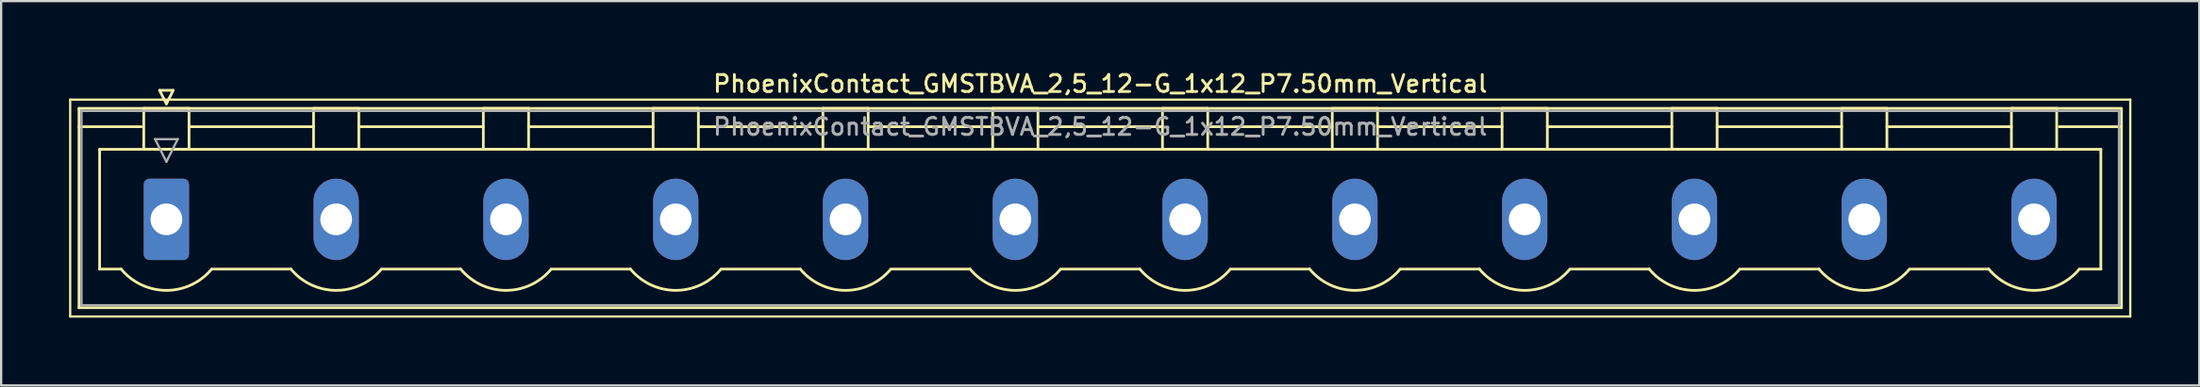
<source format=kicad_pcb>
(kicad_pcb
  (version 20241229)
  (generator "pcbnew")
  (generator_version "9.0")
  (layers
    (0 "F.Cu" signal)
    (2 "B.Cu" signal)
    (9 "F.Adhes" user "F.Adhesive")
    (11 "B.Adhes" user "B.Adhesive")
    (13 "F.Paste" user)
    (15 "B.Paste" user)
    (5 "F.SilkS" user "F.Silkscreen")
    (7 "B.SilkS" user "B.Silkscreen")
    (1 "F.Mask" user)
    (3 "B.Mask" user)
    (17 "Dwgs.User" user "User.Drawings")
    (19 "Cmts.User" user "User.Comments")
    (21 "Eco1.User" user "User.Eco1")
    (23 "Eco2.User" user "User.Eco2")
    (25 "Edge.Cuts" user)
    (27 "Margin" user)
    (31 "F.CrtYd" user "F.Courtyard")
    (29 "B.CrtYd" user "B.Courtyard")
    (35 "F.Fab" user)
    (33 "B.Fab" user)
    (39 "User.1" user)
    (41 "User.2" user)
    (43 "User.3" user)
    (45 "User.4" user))
  (footprint "PhoenixContact_GMSTBVA_2,5_12-G_1x12_P7.50mm_Vertical"
    (layer "F.Cu")
    (at 4.3 6.658)
    (property "Reference" "PhoenixContact_GMSTBVA_2,5_12-G_1x12_P7.50mm_Vertical" (at 41.25 -6 0) (layer "F.SilkS") (effects (font (size 0.75 0.75) (thickness 0.125))))
    (attr through_hole)
    (fp_line (start -4.25 -5.3) (end -4.25 4.3) (stroke (width 0.1) (type solid)) (layer "F.SilkS"))
    (fp_line (start -4.25 4.3) (end 86.75 4.3) (stroke (width 0.1) (type solid)) (layer "F.SilkS"))
    (fp_line (start -3.86 -4.91) (end -3.86 3.91) (stroke (width 0.12) (type solid)) (layer "F.SilkS"))
    (fp_line (start -3.86 -4.1) (end -1.11 -4.1) (stroke (width 0.12) (type solid)) (layer "F.SilkS"))
    (fp_line (start -3.86 3.91) (end 86.36 3.91) (stroke (width 0.12) (type solid)) (layer "F.SilkS"))
    (fp_line (start -2.95 -3.1) (end 85.45 -3.1) (stroke (width 0.12) (type solid)) (layer "F.SilkS"))
    (fp_line (start -2.95 2.2) (end -2.95 -3.1) (stroke (width 0.12) (type solid)) (layer "F.SilkS"))
    (fp_line (start -2 2.2) (end -2.95 2.2) (stroke (width 0.12) (type solid)) (layer "F.SilkS"))
    (fp_line (start -1 -4.91) (end 1 -4.91) (stroke (width 0.12) (type solid)) (layer "F.SilkS"))
    (fp_line (start -1 -3.1) (end -1 -4.91) (stroke (width 0.12) (type solid)) (layer "F.SilkS"))
    (fp_line (start -0.3 -5.71) (end 0.3 -5.71) (stroke (width 0.12) (type solid)) (layer "F.SilkS"))
    (fp_line (start 0 -5.11) (end -0.3 -5.71) (stroke (width 0.12) (type solid)) (layer "F.SilkS"))
    (fp_line (start 0.3 -5.71) (end 0 -5.11) (stroke (width 0.12) (type solid)) (layer "F.SilkS"))
    (fp_line (start 1 -4.91) (end 1 -3.1) (stroke (width 0.12) (type solid)) (layer "F.SilkS"))
    (fp_line (start 1 -4.1) (end 6.5 -4.1) (stroke (width 0.12) (type solid)) (layer "F.SilkS"))
    (fp_line (start 1 -3.1) (end -1 -3.1) (stroke (width 0.12) (type solid)) (layer "F.SilkS"))
    (fp_line (start 2 2.2) (end 5.5 2.2) (stroke (width 0.12) (type solid)) (layer "F.SilkS"))
    (fp_line (start 6.5 -4.91) (end 8.5 -4.91) (stroke (width 0.12) (type solid)) (layer "F.SilkS"))
    (fp_line (start 6.5 -3.1) (end 6.5 -4.91) (stroke (width 0.12) (type solid)) (layer "F.SilkS"))
    (fp_line (start 8.5 -4.91) (end 8.5 -3.1) (stroke (width 0.12) (type solid)) (layer "F.SilkS"))
    (fp_line (start 8.5 -4.1) (end 14 -4.1) (stroke (width 0.12) (type solid)) (layer "F.SilkS"))
    (fp_line (start 8.5 -3.1) (end 6.5 -3.1) (stroke (width 0.12) (type solid)) (layer "F.SilkS"))
    (fp_line (start 9.5 2.2) (end 13 2.2) (stroke (width 0.12) (type solid)) (layer "F.SilkS"))
    (fp_line (start 14 -4.91) (end 16 -4.91) (stroke (width 0.12) (type solid)) (layer "F.SilkS"))
    (fp_line (start 14 -3.1) (end 14 -4.91) (stroke (width 0.12) (type solid)) (layer "F.SilkS"))
    (fp_line (start 16 -4.91) (end 16 -3.1) (stroke (width 0.12) (type solid)) (layer "F.SilkS"))
    (fp_line (start 16 -4.1) (end 21.5 -4.1) (stroke (width 0.12) (type solid)) (layer "F.SilkS"))
    (fp_line (start 16 -3.1) (end 14 -3.1) (stroke (width 0.12) (type solid)) (layer "F.SilkS"))
    (fp_line (start 17 2.2) (end 20.5 2.2) (stroke (width 0.12) (type solid)) (layer "F.SilkS"))
    (fp_line (start 21.5 -4.91) (end 23.5 -4.91) (stroke (width 0.12) (type solid)) (layer "F.SilkS"))
    (fp_line (start 21.5 -3.1) (end 21.5 -4.91) (stroke (width 0.12) (type solid)) (layer "F.SilkS"))
    (fp_line (start 23.5 -4.91) (end 23.5 -3.1) (stroke (width 0.12) (type solid)) (layer "F.SilkS"))
    (fp_line (start 23.5 -4.1) (end 29 -4.1) (stroke (width 0.12) (type solid)) (layer "F.SilkS"))
    (fp_line (start 23.5 -3.1) (end 21.5 -3.1) (stroke (width 0.12) (type solid)) (layer "F.SilkS"))
    (fp_line (start 24.5 2.2) (end 28 2.2) (stroke (width 0.12) (type solid)) (layer "F.SilkS"))
    (fp_line (start 29 -4.91) (end 31 -4.91) (stroke (width 0.12) (type solid)) (layer "F.SilkS"))
    (fp_line (start 29 -3.1) (end 29 -4.91) (stroke (width 0.12) (type solid)) (layer "F.SilkS"))
    (fp_line (start 31 -4.91) (end 31 -3.1) (stroke (width 0.12) (type solid)) (layer "F.SilkS"))
    (fp_line (start 31 -4.1) (end 36.5 -4.1) (stroke (width 0.12) (type solid)) (layer "F.SilkS"))
    (fp_line (start 31 -3.1) (end 29 -3.1) (stroke (width 0.12) (type solid)) (layer "F.SilkS"))
    (fp_line (start 32 2.2) (end 35.5 2.2) (stroke (width 0.12) (type solid)) (layer "F.SilkS"))
    (fp_line (start 36.5 -4.91) (end 38.5 -4.91) (stroke (width 0.12) (type solid)) (layer "F.SilkS"))
    (fp_line (start 36.5 -3.1) (end 36.5 -4.91) (stroke (width 0.12) (type solid)) (layer "F.SilkS"))
    (fp_line (start 38.5 -4.91) (end 38.5 -3.1) (stroke (width 0.12) (type solid)) (layer "F.SilkS"))
    (fp_line (start 38.5 -4.1) (end 44 -4.1) (stroke (width 0.12) (type solid)) (layer "F.SilkS"))
    (fp_line (start 38.5 -3.1) (end 36.5 -3.1) (stroke (width 0.12) (type solid)) (layer "F.SilkS"))
    (fp_line (start 39.5 2.2) (end 43 2.2) (stroke (width 0.12) (type solid)) (layer "F.SilkS"))
    (fp_line (start 44 -4.91) (end 46 -4.91) (stroke (width 0.12) (type solid)) (layer "F.SilkS"))
    (fp_line (start 44 -3.1) (end 44 -4.91) (stroke (width 0.12) (type solid)) (layer "F.SilkS"))
    (fp_line (start 46 -4.91) (end 46 -3.1) (stroke (width 0.12) (type solid)) (layer "F.SilkS"))
    (fp_line (start 46 -4.1) (end 51.5 -4.1) (stroke (width 0.12) (type solid)) (layer "F.SilkS"))
    (fp_line (start 46 -3.1) (end 44 -3.1) (stroke (width 0.12) (type solid)) (layer "F.SilkS"))
    (fp_line (start 47 2.2) (end 50.5 2.2) (stroke (width 0.12) (type solid)) (layer "F.SilkS"))
    (fp_line (start 51.5 -4.91) (end 53.5 -4.91) (stroke (width 0.12) (type solid)) (layer "F.SilkS"))
    (fp_line (start 51.5 -3.1) (end 51.5 -4.91) (stroke (width 0.12) (type solid)) (layer "F.SilkS"))
    (fp_line (start 53.5 -4.91) (end 53.5 -3.1) (stroke (width 0.12) (type solid)) (layer "F.SilkS"))
    (fp_line (start 53.5 -4.1) (end 59 -4.1) (stroke (width 0.12) (type solid)) (layer "F.SilkS"))
    (fp_line (start 53.5 -3.1) (end 51.5 -3.1) (stroke (width 0.12) (type solid)) (layer "F.SilkS"))
    (fp_line (start 54.5 2.2) (end 58 2.2) (stroke (width 0.12) (type solid)) (layer "F.SilkS"))
    (fp_line (start 59 -4.91) (end 61 -4.91) (stroke (width 0.12) (type solid)) (layer "F.SilkS"))
    (fp_line (start 59 -3.1) (end 59 -4.91) (stroke (width 0.12) (type solid)) (layer "F.SilkS"))
    (fp_line (start 61 -4.91) (end 61 -3.1) (stroke (width 0.12) (type solid)) (layer "F.SilkS"))
    (fp_line (start 61 -4.1) (end 66.5 -4.1) (stroke (width 0.12) (type solid)) (layer "F.SilkS"))
    (fp_line (start 61 -3.1) (end 59 -3.1) (stroke (width 0.12) (type solid)) (layer "F.SilkS"))
    (fp_line (start 62 2.2) (end 65.5 2.2) (stroke (width 0.12) (type solid)) (layer "F.SilkS"))
    (fp_line (start 66.5 -4.91) (end 68.5 -4.91) (stroke (width 0.12) (type solid)) (layer "F.SilkS"))
    (fp_line (start 66.5 -3.1) (end 66.5 -4.91) (stroke (width 0.12) (type solid)) (layer "F.SilkS"))
    (fp_line (start 68.5 -4.91) (end 68.5 -3.1) (stroke (width 0.12) (type solid)) (layer "F.SilkS"))
    (fp_line (start 68.5 -4.1) (end 74 -4.1) (stroke (width 0.12) (type solid)) (layer "F.SilkS"))
    (fp_line (start 68.5 -3.1) (end 66.5 -3.1) (stroke (width 0.12) (type solid)) (layer "F.SilkS"))
    (fp_line (start 69.5 2.2) (end 73 2.2) (stroke (width 0.12) (type solid)) (layer "F.SilkS"))
    (fp_line (start 74 -4.91) (end 76 -4.91) (stroke (width 0.12) (type solid)) (layer "F.SilkS"))
    (fp_line (start 74 -3.1) (end 74 -4.91) (stroke (width 0.12) (type solid)) (layer "F.SilkS"))
    (fp_line (start 76 -4.91) (end 76 -3.1) (stroke (width 0.12) (type solid)) (layer "F.SilkS"))
    (fp_line (start 76 -4.1) (end 81.5 -4.1) (stroke (width 0.12) (type solid)) (layer "F.SilkS"))
    (fp_line (start 76 -3.1) (end 74 -3.1) (stroke (width 0.12) (type solid)) (layer "F.SilkS"))
    (fp_line (start 77 2.2) (end 80.5 2.2) (stroke (width 0.12) (type solid)) (layer "F.SilkS"))
    (fp_line (start 81.5 -4.91) (end 83.5 -4.91) (stroke (width 0.12) (type solid)) (layer "F.SilkS"))
    (fp_line (start 81.5 -3.1) (end 81.5 -4.91) (stroke (width 0.12) (type solid)) (layer "F.SilkS"))
    (fp_line (start 83.5 -4.91) (end 83.5 -3.1) (stroke (width 0.12) (type solid)) (layer "F.SilkS"))
    (fp_line (start 83.5 -3.1) (end 81.5 -3.1) (stroke (width 0.12) (type solid)) (layer "F.SilkS"))
    (fp_line (start 85.45 -3.1) (end 85.45 2.2) (stroke (width 0.12) (type solid)) (layer "F.SilkS"))
    (fp_line (start 85.45 2.2) (end 84.5 2.2) (stroke (width 0.12) (type solid)) (layer "F.SilkS"))
    (fp_line (start 86.36 -4.91) (end -3.86 -4.91) (stroke (width 0.12) (type solid)) (layer "F.SilkS"))
    (fp_line (start 86.36 -4.1) (end 83.61 -4.1) (stroke (width 0.12) (type solid)) (layer "F.SilkS"))
    (fp_line (start 86.36 3.91) (end 86.36 -4.91) (stroke (width 0.12) (type solid)) (layer "F.SilkS"))
    (fp_line (start 86.75 -5.3) (end -4.25 -5.3) (stroke (width 0.1) (type solid)) (layer "F.SilkS"))
    (fp_line (start 86.75 4.3) (end 86.75 -5.3) (stroke (width 0.1) (type solid)) (layer "F.SilkS"))
    (fp_arc (start 1.986842 2.215821) (mid -0.010289 3.142758) (end -2 2.2) (stroke (width 0.12) (type solid)) (layer "F.SilkS"))
    (fp_arc (start 9.486842 2.215821) (mid 7.489711 3.142758) (end 5.5 2.2) (stroke (width 0.12) (type solid)) (layer "F.SilkS"))
    (fp_arc (start 16.986842 2.215821) (mid 14.989711 3.142758) (end 13 2.2) (stroke (width 0.12) (type solid)) (layer "F.SilkS"))
    (fp_arc (start 24.486842 2.215821) (mid 22.489711 3.142758) (end 20.5 2.2) (stroke (width 0.12) (type solid)) (layer "F.SilkS"))
    (fp_arc (start 31.986842 2.215821) (mid 29.989711 3.142758) (end 28 2.2) (stroke (width 0.12) (type solid)) (layer "F.SilkS"))
    (fp_arc (start 39.486842 2.215821) (mid 37.489711 3.142758) (end 35.5 2.2) (stroke (width 0.12) (type solid)) (layer "F.SilkS"))
    (fp_arc (start 46.986842 2.215821) (mid 44.989711 3.142758) (end 43 2.2) (stroke (width 0.12) (type solid)) (layer "F.SilkS"))
    (fp_arc (start 54.486842 2.215821) (mid 52.489711 3.142758) (end 50.5 2.2) (stroke (width 0.12) (type solid)) (layer "F.SilkS"))
    (fp_arc (start 61.986842 2.215821) (mid 59.989711 3.142758) (end 58 2.2) (stroke (width 0.12) (type solid)) (layer "F.SilkS"))
    (fp_arc (start 69.486842 2.215821) (mid 67.489711 3.142758) (end 65.5 2.2) (stroke (width 0.12) (type solid)) (layer "F.SilkS"))
    (fp_arc (start 76.986842 2.215821) (mid 74.989711 3.142758) (end 73 2.2) (stroke (width 0.12) (type solid)) (layer "F.SilkS"))
    (fp_arc (start 84.486842 2.215821) (mid 82.489711 3.142758) (end 80.5 2.2) (stroke (width 0.12) (type solid)) (layer "F.SilkS"))
    (fp_line (start -3.75 -4.8) (end -3.75 3.8) (stroke (width 0.1) (type solid)) (layer "F.Fab"))
    (fp_line (start -3.75 3.8) (end 86.25 3.8) (stroke (width 0.1) (type solid)) (layer "F.Fab"))
    (fp_line (start -0.5 -3.55) (end 0.5 -3.55) (stroke (width 0.1) (type solid)) (layer "F.Fab"))
    (fp_line (start 0 -2.55) (end -0.5 -3.55) (stroke (width 0.1) (type solid)) (layer "F.Fab"))
    (fp_line (start 0.5 -3.55) (end 0 -2.55) (stroke (width 0.1) (type solid)) (layer "F.Fab"))
    (fp_line (start 86.25 -4.8) (end -3.75 -4.8) (stroke (width 0.1) (type solid)) (layer "F.Fab"))
    (fp_line (start 86.25 3.8) (end 86.25 -4.8) (stroke (width 0.1) (type solid)) (layer "F.Fab"))
    (fp_text user "${REFERENCE}" (at 41.25 -4.1 0) (layer "F.Fab") (effects (font (size 0.75 0.75) (thickness 0.125))))
    (pad "1" thru_hole roundrect (at 0 0) (size 2 3.6) (drill 1.4) (layers "*.Cu" "*.Mask") (roundrect_rratio 0.125))
    (pad "2" thru_hole oval (at 7.5 0) (size 2 3.6) (drill 1.4) (layers "*.Cu" "*.Mask"))
    (pad "3" thru_hole oval (at 15 0) (size 2 3.6) (drill 1.4) (layers "*.Cu" "*.Mask"))
    (pad "4" thru_hole oval (at 22.5 0) (size 2 3.6) (drill 1.4) (layers "*.Cu" "*.Mask"))
    (pad "5" thru_hole oval (at 30 0) (size 2 3.6) (drill 1.4) (layers "*.Cu" "*.Mask"))
    (pad "6" thru_hole oval (at 37.5 0) (size 2 3.6) (drill 1.4) (layers "*.Cu" "*.Mask"))
    (pad "7" thru_hole oval (at 45 0) (size 2 3.6) (drill 1.4) (layers "*.Cu" "*.Mask"))
    (pad "8" thru_hole oval (at 52.5 0) (size 2 3.6) (drill 1.4) (layers "*.Cu" "*.Mask"))
    (pad "9" thru_hole oval (at 60 0) (size 2 3.6) (drill 1.4) (layers "*.Cu" "*.Mask"))
    (pad "10" thru_hole oval (at 67.5 0) (size 2 3.6) (drill 1.4) (layers "*.Cu" "*.Mask"))
    (pad "11" thru_hole oval (at 75 0) (size 2 3.6) (drill 1.4) (layers "*.Cu" "*.Mask"))
    (pad "12" thru_hole oval (at 82.5 0) (size 2 3.6) (drill 1.4) (layers "*.Cu" "*.Mask")))
  (gr_rect
    (start -3 -3)
    (end 94.1 14.008)
    (stroke (width 0.1) (type default))
    (fill no)
    (layer "Edge.Cuts")))
</source>
